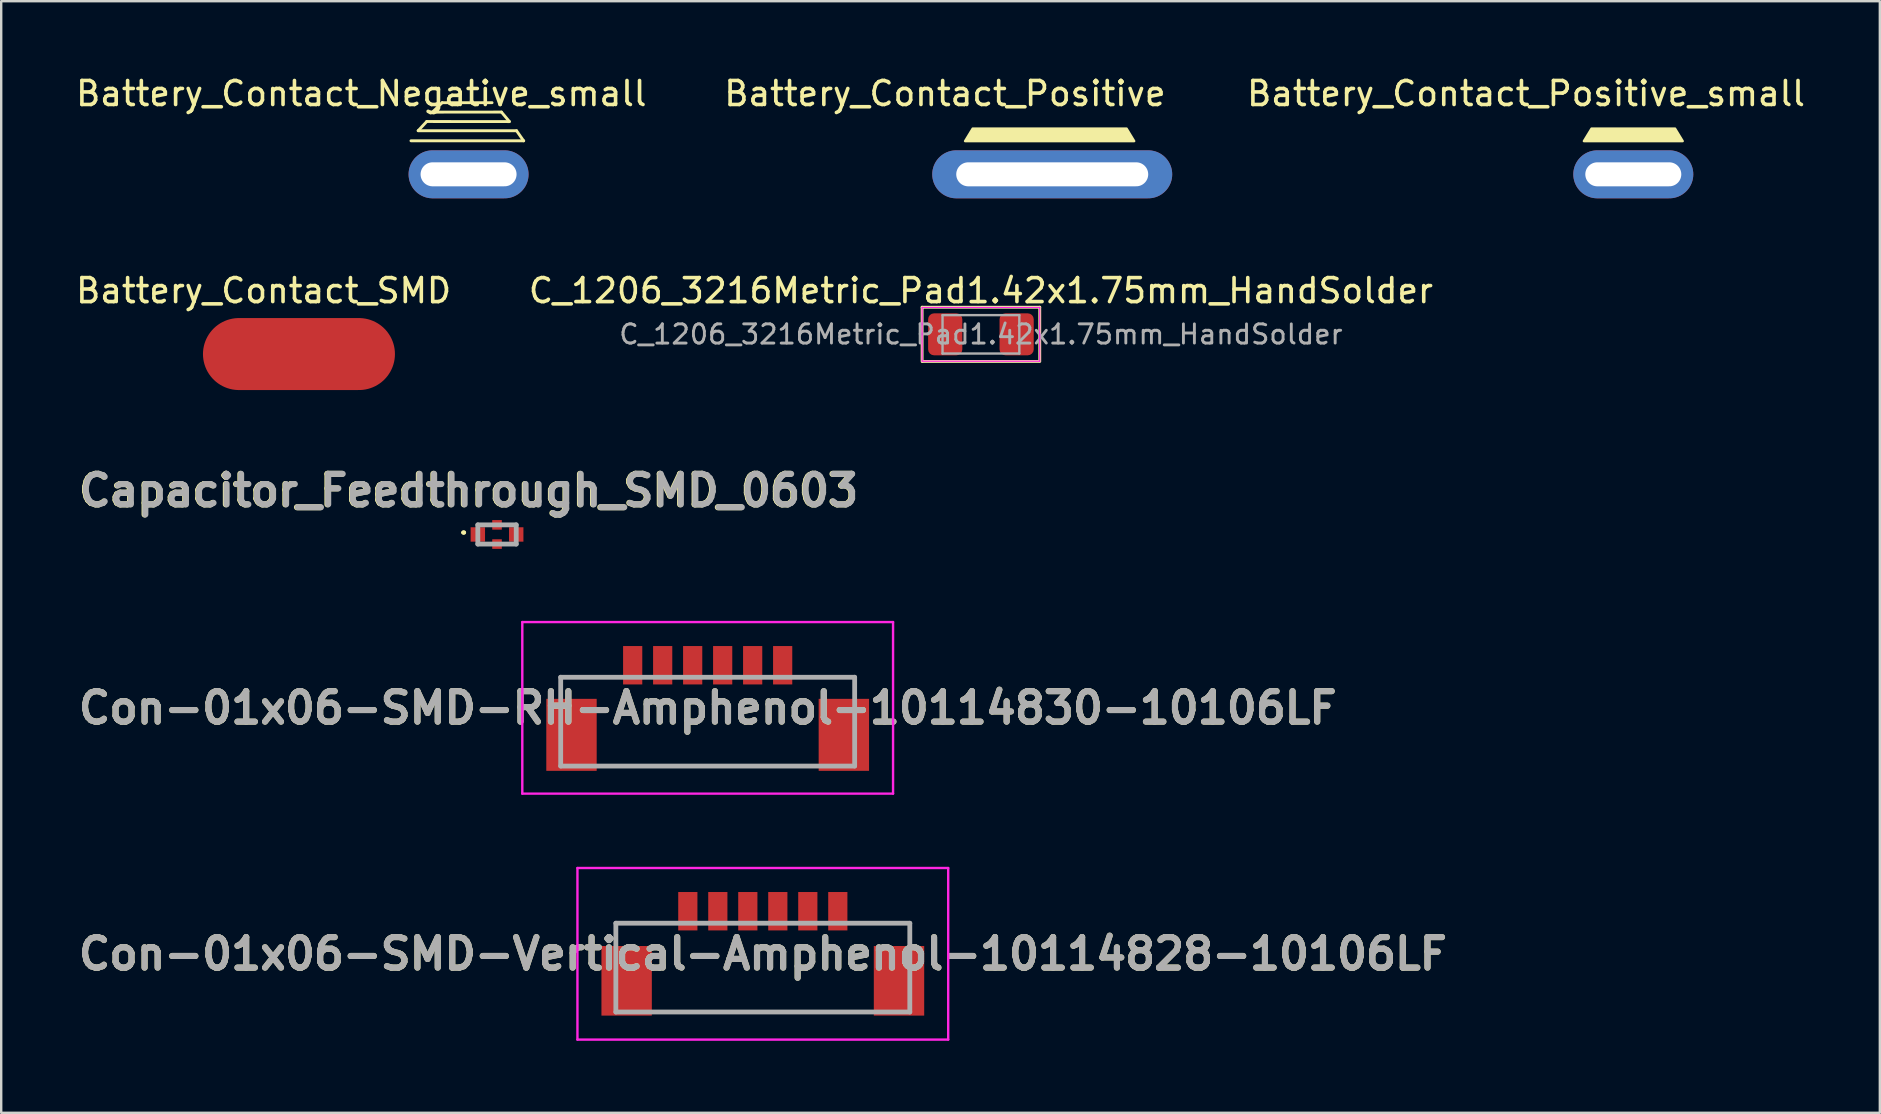
<source format=kicad_pcb>
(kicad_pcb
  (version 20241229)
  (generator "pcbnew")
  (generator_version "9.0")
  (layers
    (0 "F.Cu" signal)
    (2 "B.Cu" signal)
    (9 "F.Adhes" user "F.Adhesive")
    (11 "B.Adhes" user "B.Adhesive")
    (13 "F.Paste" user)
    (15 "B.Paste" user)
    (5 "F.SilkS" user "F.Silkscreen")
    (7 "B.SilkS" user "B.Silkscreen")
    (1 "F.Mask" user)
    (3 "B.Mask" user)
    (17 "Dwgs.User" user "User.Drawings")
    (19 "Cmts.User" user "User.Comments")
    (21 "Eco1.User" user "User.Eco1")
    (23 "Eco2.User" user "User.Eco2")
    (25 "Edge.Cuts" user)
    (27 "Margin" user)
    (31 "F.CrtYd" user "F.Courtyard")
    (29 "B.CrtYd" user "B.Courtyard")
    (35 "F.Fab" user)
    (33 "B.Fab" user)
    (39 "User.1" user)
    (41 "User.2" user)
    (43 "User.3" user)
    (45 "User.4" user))
  (footprint "Battery_Contact_Negative_small"
    (layer "F.Cu")
    (at 16.476 4.214)
    (property "Reference" "Battery_Contact_Negative_small" (at -4.47 -3.365 0) (layer "F.SilkS") (effects (font (size 1 1) (thickness 0.15))))
    (attr through_hole)
    (fp_line (start -2.4 -1.397) (end 2.3 -1.397) (stroke (width 0.12) (type solid)) (layer "F.SilkS"))
    (fp_line (start -2.1 -1.819) (end -1.744 -2.2) (stroke (width 0.12) (type solid)) (layer "F.SilkS"))
    (fp_line (start -1.744 -2.2) (end 1.7 -2.197) (stroke (width 0.12) (type solid)) (layer "F.SilkS"))
    (fp_line (start -1.506 -2.591) (end -1.1 -2.985) (stroke (width 0.12) (type solid)) (layer "F.SilkS"))
    (fp_line (start -1.1 -2.985) (end 0.978 -2.985) (stroke (width 0.12) (type solid)) (layer "F.SilkS"))
    (fp_line (start 1.37 -2.594) (end -1.506 -2.591) (stroke (width 0.12) (type solid)) (layer "F.SilkS"))
    (fp_line (start 1.7 -2.2) (end 1.37 -2.594) (stroke (width 0.12) (type solid)) (layer "F.SilkS"))
    (fp_line (start 2 -1.816) (end -2.1 -1.816) (stroke (width 0.12) (type solid)) (layer "F.SilkS"))
    (fp_line (start 2.292 -1.397) (end 2 -1.816) (stroke (width 0.12) (type solid)) (layer "F.SilkS"))
    (pad "1" thru_hole oval (at 0 0) (size 5 2) (drill oval 4 1) (layers "*.Cu" "*.Mask")))
  (footprint "Battery_Contact_Positive_small"
    (layer "F.Cu")
    (at 65.012 4.214)
    (property "Reference" "Battery_Contact_Positive_small" (at -4.47 -3.365 0) (layer "F.SilkS") (effects (font (size 1 1) (thickness 0.15))))
    (attr through_hole)
    (fp_poly (pts (xy 2.059 -1.384) (xy -2.059 -1.384) (xy -1.741 -1.905) (xy 1.741 -1.905)) (stroke (width 0.1) (type solid)) (fill yes) (layer "F.SilkS"))
    (pad "1" thru_hole oval (at 0 0) (size 5 2) (drill oval 4 1) (layers "*.Cu" "*.Mask")))
  (footprint "Battery_Contact_Positive"
    (layer "F.Cu")
    (at 40.798 4.214)
    (property "Reference" "Battery_Contact_Positive" (at -4.47 -3.365 0) (layer "F.SilkS") (effects (font (size 1 1) (thickness 0.15))))
    (attr through_hole)
    (fp_poly (pts (xy 3.416 -1.384) (xy -3.632 -1.384) (xy -3.315 -1.905) (xy 3.099 -1.905)) (stroke (width 0.1) (type solid)) (fill yes) (layer "F.SilkS"))
    (pad "1" thru_hole oval (at 0 0) (size 10 2) (drill oval 8 1) (layers "*.Cu" "*.Mask")))
  (footprint "C_1206_3216Metric_Pad1.42x1.75mm_HandSolder"
    (layer "F.Cu")
    (at 37.827 10.882)
    (property "Reference" "C_1206_3216Metric_Pad1.42x1.75mm_HandSolder" (at 0 -1.82 0) (layer "F.SilkS") (effects (font (size 1 1) (thickness 0.15))))
    (attr smd)
    (fp_line (start -2.451 -1.13) (end -2.451 1.13) (stroke (width 0.12) (type solid)) (layer "F.SilkS"))
    (fp_line (start -2.451 -1.13) (end 2.451 -1.13) (stroke (width 0.12) (type solid)) (layer "F.SilkS"))
    (fp_line (start -2.438 1.13) (end 2.451 1.13) (stroke (width 0.12) (type solid)) (layer "F.SilkS"))
    (fp_line (start 2.451 -1.13) (end 2.451 1.105) (stroke (width 0.12) (type solid)) (layer "F.SilkS"))
    (fp_line (start -2.45 -1.12) (end 2.45 -1.12) (stroke (width 0.05) (type solid)) (layer "F.CrtYd"))
    (fp_line (start -2.45 1.12) (end -2.45 -1.12) (stroke (width 0.05) (type solid)) (layer "F.CrtYd"))
    (fp_line (start 2.45 -1.12) (end 2.45 1.12) (stroke (width 0.05) (type solid)) (layer "F.CrtYd"))
    (fp_line (start 2.45 1.12) (end -2.45 1.12) (stroke (width 0.05) (type solid)) (layer "F.CrtYd"))
    (fp_line (start -1.6 -0.8) (end 1.6 -0.8) (stroke (width 0.1) (type solid)) (layer "F.Fab"))
    (fp_line (start -1.6 0.8) (end -1.6 -0.8) (stroke (width 0.1) (type solid)) (layer "F.Fab"))
    (fp_line (start 1.6 -0.8) (end 1.6 0.8) (stroke (width 0.1) (type solid)) (layer "F.Fab"))
    (fp_line (start 1.6 0.8) (end -1.6 0.8) (stroke (width 0.1) (type solid)) (layer "F.Fab"))
    (fp_text user "${REFERENCE}" (at 0 0 0) (layer "F.Fab") (effects (font (size 0.8 0.8) (thickness 0.12))))
    (pad "1" smd roundrect (at -1.488 0) (size 1.425 1.75) (layers "F.Cu" "F.Mask" "F.Paste") (roundrect_rratio 0.175))
    (pad "2" smd roundrect (at 1.488 0) (size 1.425 1.75) (layers "F.Cu" "F.Mask" "F.Paste") (roundrect_rratio 0.175)))
  (footprint "Battery_Contact_SMD"
    (layer "F.Cu")
    (at 9.408 11.704)
    (property "Reference" "Battery_Contact_SMD" (at -1.473 -2.642 0) (layer "F.SilkS") (effects (font (size 1 1) (thickness 0.15))))
    (attr through_hole)
    (pad "1" smd oval (at 0 0 90) (size 3 8) (layers "F.Cu" "F.Mask" "F.Paste")))
  (footprint "Capacitor_Feedthrough_SMD_0603"
    (layer "F.Cu")
    (at 17.662 19.222)
    (property "Reference" "Capacitor_Feedthrough_SMD_0603" (at -1.2 -1.83 0) (layer "F.SilkS") (effects (font (size 1.27 1.27) (thickness 0.254))))
    (attr smd)
    (fp_line (start -1.44 -0.08) (end -1.44 -0.08) (stroke (width 0.1) (type solid)) (layer "F.SilkS"))
    (fp_line (start -1.34 -0.08) (end -1.34 -0.08) (stroke (width 0.1) (type solid)) (layer "F.SilkS"))
    (fp_arc (start -1.44 -0.08) (mid -1.39 -0.13) (end -1.34 -0.08) (stroke (width 0.1) (type solid)) (layer "F.SilkS"))
    (fp_arc (start -1.34 -0.08) (mid -1.39 -0.03) (end -1.44 -0.08) (stroke (width 0.1) (type solid)) (layer "F.SilkS"))
    (fp_line (start -0.8 -0.4) (end 0.8 -0.4) (stroke (width 0.2) (type solid)) (layer "F.Fab"))
    (fp_line (start -0.8 0.4) (end -0.8 -0.4) (stroke (width 0.2) (type solid)) (layer "F.Fab"))
    (fp_line (start 0.8 -0.4) (end 0.8 0.4) (stroke (width 0.2) (type solid)) (layer "F.Fab"))
    (fp_line (start 0.8 0.4) (end -0.8 0.4) (stroke (width 0.2) (type solid)) (layer "F.Fab"))
    (fp_text user "${REFERENCE}" (at -1.17 -1.83 0) (layer "F.Fab") (effects (font (size 1.27 1.27) (thickness 0.254))))
    (pad "1" smd rect (at -0.8 0) (size 0.6 0.6) (layers "F.Cu" "F.Mask" "F.Paste"))
    (pad "2" smd rect (at 0 -0.4) (size 0.4 0.4) (layers "F.Cu" "F.Mask" "F.Paste"))
    (pad "2" smd rect (at 0 0.4) (size 0.4 0.4) (layers "F.Cu" "F.Mask" "F.Paste"))
    (pad "3" smd rect (at 0.8 0) (size 0.6 0.6) (layers "F.Cu" "F.Mask" "F.Paste")))
  (footprint "Con-01x06-SMD-Vertical-Amphenol-10114828-10106LF"
    (layer "F.Cu")
    (at 28.738 35.422)
    (property "Reference" "Con-01x06-SMD-Vertical-Amphenol-10114828-10106LF" (at 0 1.275 0) (layer "F.SilkS") (effects (font (size 1.27 1.27) (thickness 0.254))))
    (attr smd)
    (fp_line (start -6.125 0) (end -3.9 0) (stroke (width 0.1) (type solid)) (layer "F.SilkS"))
    (fp_line (start -6.125 0.6) (end -6.125 0) (stroke (width 0.1) (type solid)) (layer "F.SilkS"))
    (fp_line (start -4.2 3.7) (end 4.2 3.7) (stroke (width 0.1) (type solid)) (layer "F.SilkS"))
    (fp_line (start 6.125 0) (end 3.9 0) (stroke (width 0.1) (type solid)) (layer "F.SilkS"))
    (fp_line (start 6.125 0.6) (end 6.125 0) (stroke (width 0.1) (type solid)) (layer "F.SilkS"))
    (fp_line (start -7.725 -2.3) (end 7.725 -2.3) (stroke (width 0.1) (type solid)) (layer "F.CrtYd"))
    (fp_line (start -7.725 4.85) (end -7.725 -2.3) (stroke (width 0.1) (type solid)) (layer "F.CrtYd"))
    (fp_line (start 7.725 -2.3) (end 7.725 4.85) (stroke (width 0.1) (type solid)) (layer "F.CrtYd"))
    (fp_line (start 7.725 4.85) (end -7.725 4.85) (stroke (width 0.1) (type solid)) (layer "F.CrtYd"))
    (fp_line (start -6.125 0) (end 6.125 0) (stroke (width 0.2) (type solid)) (layer "F.Fab"))
    (fp_line (start -6.125 3.7) (end -6.125 0) (stroke (width 0.2) (type solid)) (layer "F.Fab"))
    (fp_line (start 6.125 0) (end 6.125 3.7) (stroke (width 0.2) (type solid)) (layer "F.Fab"))
    (fp_line (start 6.125 3.7) (end -6.125 3.7) (stroke (width 0.2) (type solid)) (layer "F.Fab"))
    (fp_text user "${REFERENCE}" (at 0 1.275 0) (layer "F.Fab") (effects (font (size 1.27 1.27) (thickness 0.254))))
    (pad "1" smd rect (at -3.125 -0.5) (size 0.8 1.6) (layers "F.Cu" "F.Mask" "F.Paste"))
    (pad "2" smd rect (at -1.875 -0.5) (size 0.8 1.6) (layers "F.Cu" "F.Mask" "F.Paste"))
    (pad "3" smd rect (at -0.625 -0.5) (size 0.8 1.6) (layers "F.Cu" "F.Mask" "F.Paste"))
    (pad "4" smd rect (at 0.625 -0.5) (size 0.8 1.6) (layers "F.Cu" "F.Mask" "F.Paste"))
    (pad "5" smd rect (at 1.875 -0.5) (size 0.8 1.6) (layers "F.Cu" "F.Mask" "F.Paste"))
    (pad "6" smd rect (at 3.125 -0.5) (size 0.8 1.6) (layers "F.Cu" "F.Mask" "F.Paste"))
    (pad "MP1" smd rect (at -5.675 2.4) (size 2.1 2.9) (layers "F.Cu" "F.Mask" "F.Paste"))
    (pad "MP2" smd rect (at 5.675 2.4) (size 2.1 2.9) (layers "F.Cu" "F.Mask" "F.Paste")))
  (footprint "Con-01x06-SMD-RH-Amphenol-10114830-10106LF"
    (layer "F.Cu")
    (at 26.44 25.172)
    (property "Reference" "Con-01x06-SMD-RH-Amphenol-10114830-10106LF" (at 0 1.275 0) (layer "F.SilkS") (effects (font (size 1.27 1.27) (thickness 0.254))))
    (attr smd)
    (fp_line (start -6.125 0) (end -3.9 0) (stroke (width 0.1) (type solid)) (layer "F.SilkS"))
    (fp_line (start -6.125 0.6) (end -6.125 0) (stroke (width 0.1) (type solid)) (layer "F.SilkS"))
    (fp_line (start -4.2 3.7) (end 4.2 3.7) (stroke (width 0.1) (type solid)) (layer "F.SilkS"))
    (fp_line (start 6.125 0) (end 3.9 0) (stroke (width 0.1) (type solid)) (layer "F.SilkS"))
    (fp_line (start 6.125 0.6) (end 6.125 0) (stroke (width 0.1) (type solid)) (layer "F.SilkS"))
    (fp_line (start -7.725 -2.3) (end 7.725 -2.3) (stroke (width 0.1) (type solid)) (layer "F.CrtYd"))
    (fp_line (start -7.725 4.85) (end -7.725 -2.3) (stroke (width 0.1) (type solid)) (layer "F.CrtYd"))
    (fp_line (start 7.725 -2.3) (end 7.725 4.85) (stroke (width 0.1) (type solid)) (layer "F.CrtYd"))
    (fp_line (start 7.725 4.85) (end -7.725 4.85) (stroke (width 0.1) (type solid)) (layer "F.CrtYd"))
    (fp_line (start -6.125 0) (end 6.125 0) (stroke (width 0.2) (type solid)) (layer "F.Fab"))
    (fp_line (start -6.125 3.7) (end -6.125 0) (stroke (width 0.2) (type solid)) (layer "F.Fab"))
    (fp_line (start 6.125 0) (end 6.125 3.7) (stroke (width 0.2) (type solid)) (layer "F.Fab"))
    (fp_line (start 6.125 3.7) (end -6.125 3.7) (stroke (width 0.2) (type solid)) (layer "F.Fab"))
    (fp_text user "${REFERENCE}" (at 0 1.275 0) (layer "F.Fab") (effects (font (size 1.27 1.27) (thickness 0.254))))
    (pad "1" smd rect (at -3.125 -0.5) (size 0.8 1.6) (layers "F.Cu" "F.Mask" "F.Paste"))
    (pad "2" smd rect (at -1.875 -0.5) (size 0.8 1.6) (layers "F.Cu" "F.Mask" "F.Paste"))
    (pad "3" smd rect (at -0.625 -0.5) (size 0.8 1.6) (layers "F.Cu" "F.Mask" "F.Paste"))
    (pad "4" smd rect (at 0.625 -0.5) (size 0.8 1.6) (layers "F.Cu" "F.Mask" "F.Paste"))
    (pad "5" smd rect (at 1.875 -0.5) (size 0.8 1.6) (layers "F.Cu" "F.Mask" "F.Paste"))
    (pad "6" smd rect (at 3.125 -0.5) (size 0.8 1.6) (layers "F.Cu" "F.Mask" "F.Paste"))
    (pad "MP1" smd rect (at -5.675 2.4) (size 2.1 3) (layers "F.Cu" "F.Mask" "F.Paste"))
    (pad "MP2" smd rect (at 5.675 2.4) (size 2.1 3) (layers "F.Cu" "F.Mask" "F.Paste")))
  (gr_rect
    (start -3 -3)
    (end 75.286 43.322)
    (stroke (width 0.1) (type default))
    (fill no)
    (layer "Edge.Cuts")))
</source>
